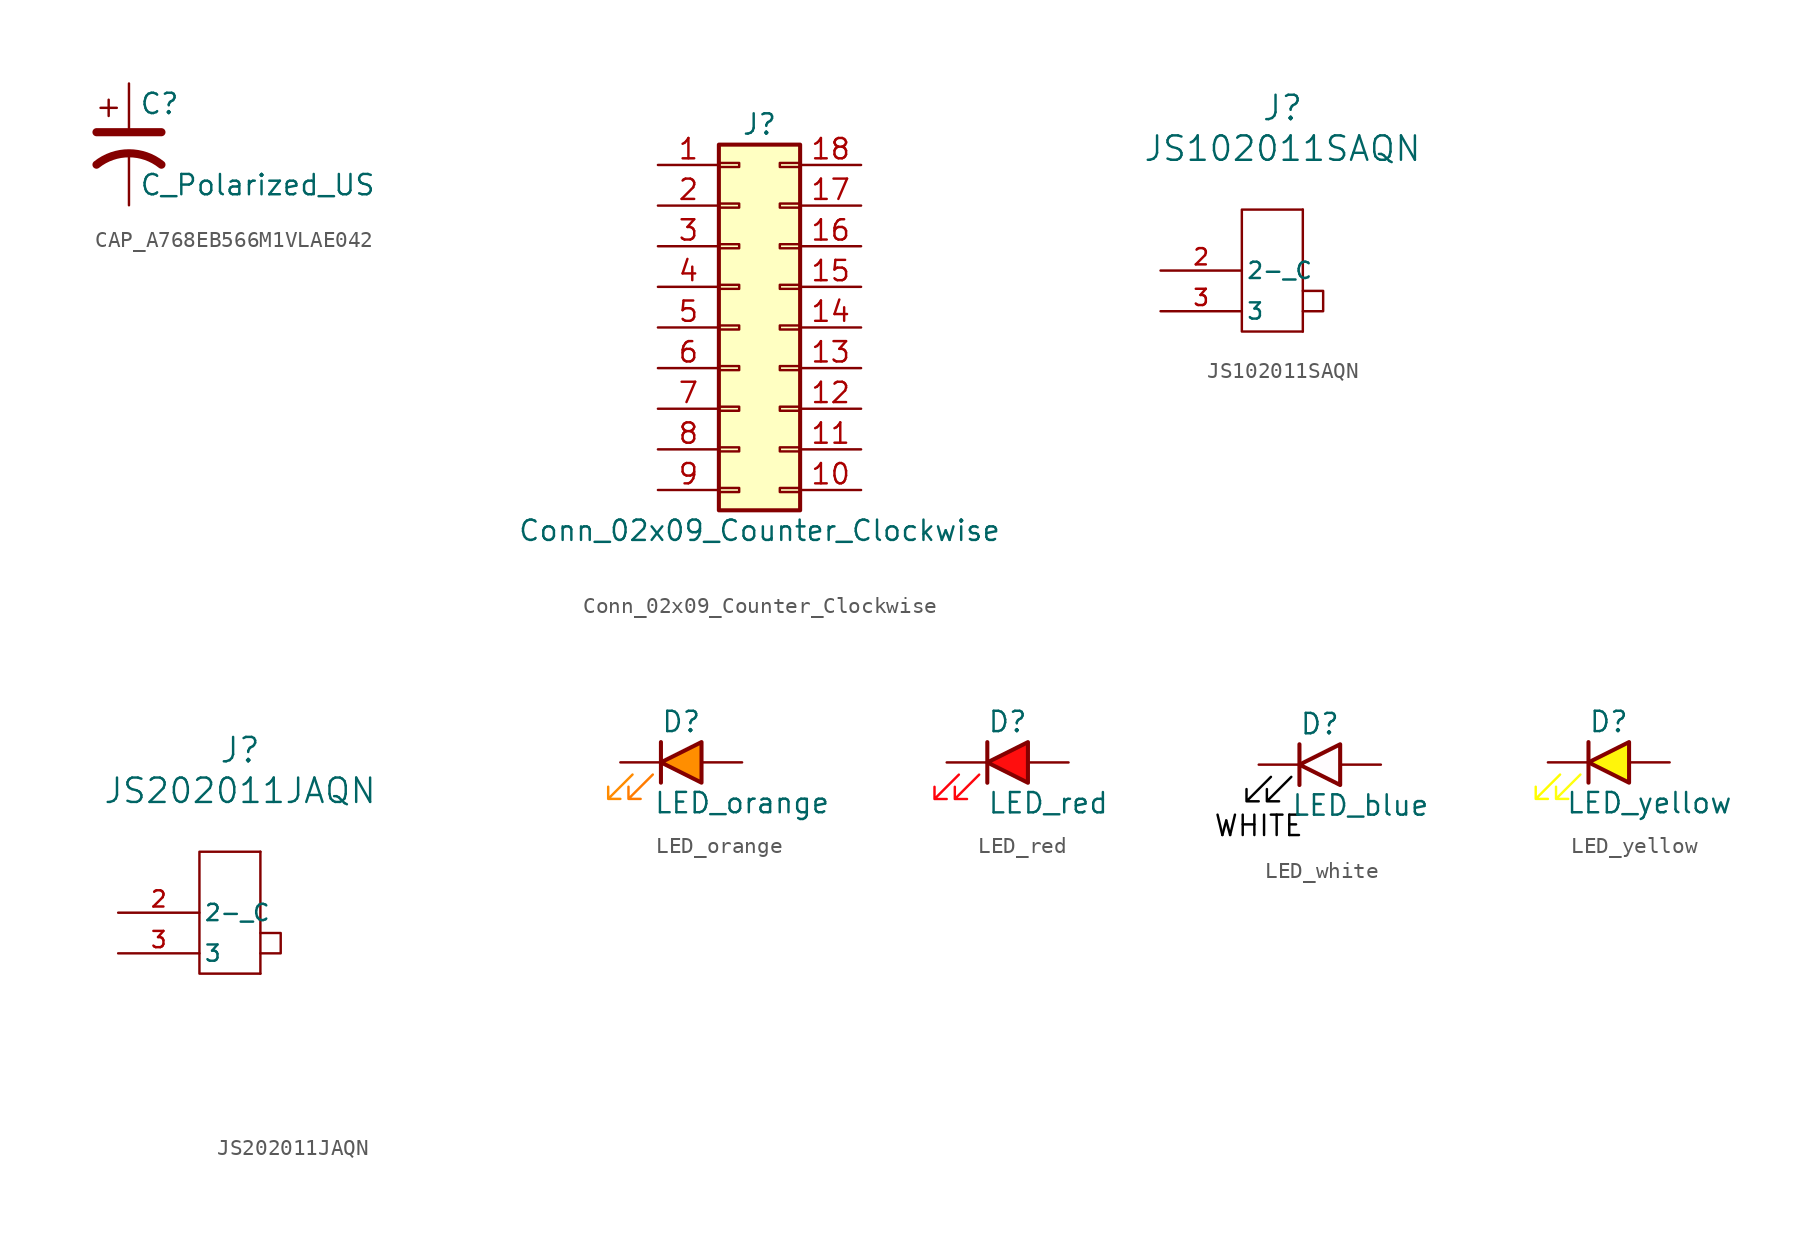
<source format=kicad_sym>
(kicad_symbol_lib
  (version 20231120)
  (generator "kicad_symbol_editor")
  (generator_version "8.0")
  (symbol "CAP_A768EB566M1VLAE042"
    (pin_numbers hide)
    (pin_names
      (offset 0.254) hide)
    (property "Reference" "C"
      (at 0.635 2.54 0)
      (effects (font (size 1.27 1.27)) (justify left)))
    (property "Value" "C_Polarized_US"
      (at 0.635 -2.54 0)
      (effects (font (size 1.27 1.27)) (justify left)))
    (symbol "CAP_A768EB566M1VLAE042_0_1"
      (polyline (pts (xy -2.032 0.762) (xy 2.032 0.762)) (stroke (width 0.508) (type default)) (fill (type none)))
      (polyline (pts (xy -1.778 2.286) (xy -0.762 2.286)) (stroke (width 0) (type default)) (fill (type none)))
      (polyline (pts (xy -1.27 1.778) (xy -1.27 2.794)) (stroke (width 0) (type default)) (fill (type none)))
      (arc (start 2.032 -1.27) (mid 0 -0.5572) (end -2.032 -1.27) (stroke (width 0.508) (type default)) (fill (type none))))
    (symbol "CAP_A768EB566M1VLAE042_1_1"
      (pin passive line (at 0 3.81 270) (length 2.794) (name "~" (effects (font (size 1.27 1.27)))) (number "1" (effects (font (size 1.27 1.27)))))
      (pin passive line (at 0 -3.81 90) (length 3.302) (name "~" (effects (font (size 1.27 1.27)))) (number "2" (effects (font (size 1.27 1.27)))))))
  (symbol "Conn_02x09_Counter_Clockwise"
    (pin_names
      (offset 1.016) hide)
    (property "Reference" "J"
      (at 1.27 12.7 0)
      (effects (font (size 1.27 1.27))))
    (property "Value" "Conn_02x09_Counter_Clockwise"
      (at 1.27 -12.7 0)
      (effects (font (size 1.27 1.27))))
    (symbol "Conn_02x09_Counter_Clockwise_1_1"
      (rectangle (start -1.27 -10.033) (end 0 -10.287) (stroke (width 0.152) (type default)) (fill (type none)))
      (rectangle (start -1.27 -7.493) (end 0 -7.747) (stroke (width 0.152) (type default)) (fill (type none)))
      (rectangle (start -1.27 -4.953) (end 0 -5.207) (stroke (width 0.152) (type default)) (fill (type none)))
      (rectangle (start -1.27 -2.413) (end 0 -2.667) (stroke (width 0.152) (type default)) (fill (type none)))
      (rectangle (start -1.27 0.127) (end 0 -0.127) (stroke (width 0.152) (type default)) (fill (type none)))
      (rectangle (start -1.27 2.667) (end 0 2.413) (stroke (width 0.152) (type default)) (fill (type none)))
      (rectangle (start -1.27 5.207) (end 0 4.953) (stroke (width 0.152) (type default)) (fill (type none)))
      (rectangle (start -1.27 7.747) (end 0 7.493) (stroke (width 0.152) (type default)) (fill (type none)))
      (rectangle (start -1.27 10.287) (end 0 10.033) (stroke (width 0.152) (type default)) (fill (type none)))
      (rectangle (start -1.27 11.43) (end 3.81 -11.43) (stroke (width 0.254) (type default)) (fill (type background)))
      (rectangle (start 3.81 -10.033) (end 2.54 -10.287) (stroke (width 0.152) (type default)) (fill (type none)))
      (rectangle (start 3.81 -7.493) (end 2.54 -7.747) (stroke (width 0.152) (type default)) (fill (type none)))
      (rectangle (start 3.81 -4.953) (end 2.54 -5.207) (stroke (width 0.152) (type default)) (fill (type none)))
      (rectangle (start 3.81 -2.413) (end 2.54 -2.667) (stroke (width 0.152) (type default)) (fill (type none)))
      (rectangle (start 3.81 0.127) (end 2.54 -0.127) (stroke (width 0.152) (type default)) (fill (type none)))
      (rectangle (start 3.81 2.667) (end 2.54 2.413) (stroke (width 0.152) (type default)) (fill (type none)))
      (rectangle (start 3.81 5.207) (end 2.54 4.953) (stroke (width 0.152) (type default)) (fill (type none)))
      (rectangle (start 3.81 7.747) (end 2.54 7.493) (stroke (width 0.152) (type default)) (fill (type none)))
      (rectangle (start 3.81 10.287) (end 2.54 10.033) (stroke (width 0.152) (type default)) (fill (type none)))
      (pin passive line (at -5.08 10.16 0) (length 3.81) (name "Pin_1" (effects (font (size 1.27 1.27)))) (number "1" (effects (font (size 1.27 1.27)))))
      (pin passive line (at 7.62 -10.16 180) (length 3.81) (name "Pin_10" (effects (font (size 1.27 1.27)))) (number "10" (effects (font (size 1.27 1.27)))))
      (pin passive line (at 7.62 -7.62 180) (length 3.81) (name "Pin_11" (effects (font (size 1.27 1.27)))) (number "11" (effects (font (size 1.27 1.27)))))
      (pin passive line (at 7.62 -5.08 180) (length 3.81) (name "Pin_12" (effects (font (size 1.27 1.27)))) (number "12" (effects (font (size 1.27 1.27)))))
      (pin passive line (at 7.62 -2.54 180) (length 3.81) (name "Pin_13" (effects (font (size 1.27 1.27)))) (number "13" (effects (font (size 1.27 1.27)))))
      (pin passive line (at 7.62 0 180) (length 3.81) (name "Pin_14" (effects (font (size 1.27 1.27)))) (number "14" (effects (font (size 1.27 1.27)))))
      (pin passive line (at 7.62 2.54 180) (length 3.81) (name "Pin_15" (effects (font (size 1.27 1.27)))) (number "15" (effects (font (size 1.27 1.27)))))
      (pin passive line (at 7.62 5.08 180) (length 3.81) (name "Pin_16" (effects (font (size 1.27 1.27)))) (number "16" (effects (font (size 1.27 1.27)))))
      (pin passive line (at 7.62 7.62 180) (length 3.81) (name "Pin_17" (effects (font (size 1.27 1.27)))) (number "17" (effects (font (size 1.27 1.27)))))
      (pin passive line (at 7.62 10.16 180) (length 3.81) (name "Pin_18" (effects (font (size 1.27 1.27)))) (number "18" (effects (font (size 1.27 1.27)))))
      (pin passive line (at -5.08 7.62 0) (length 3.81) (name "Pin_2" (effects (font (size 1.27 1.27)))) (number "2" (effects (font (size 1.27 1.27)))))
      (pin passive line (at -5.08 5.08 0) (length 3.81) (name "Pin_3" (effects (font (size 1.27 1.27)))) (number "3" (effects (font (size 1.27 1.27)))))
      (pin passive line (at -5.08 2.54 0) (length 3.81) (name "Pin_4" (effects (font (size 1.27 1.27)))) (number "4" (effects (font (size 1.27 1.27)))))
      (pin passive line (at -5.08 0 0) (length 3.81) (name "Pin_5" (effects (font (size 1.27 1.27)))) (number "5" (effects (font (size 1.27 1.27)))))
      (pin passive line (at -5.08 -2.54 0) (length 3.81) (name "Pin_6" (effects (font (size 1.27 1.27)))) (number "6" (effects (font (size 1.27 1.27)))))
      (pin passive line (at -5.08 -5.08 0) (length 3.81) (name "Pin_7" (effects (font (size 1.27 1.27)))) (number "7" (effects (font (size 1.27 1.27)))))
      (pin passive line (at -5.08 -7.62 0) (length 3.81) (name "Pin_8" (effects (font (size 1.27 1.27)))) (number "8" (effects (font (size 1.27 1.27)))))
      (pin passive line (at -5.08 -10.16 0) (length 3.81) (name "Pin_9" (effects (font (size 1.27 1.27)))) (number "9" (effects (font (size 1.27 1.27)))))))
  (symbol "JS102011SAQN"
    (pin_names
      (offset 0.254))
    (property "Reference" "J"
      (at 1.27 8.89 0)
      (effects (font (size 1.524 1.524))))
    (property "Value" "JS102011SAQN"
      (at 1.27 6.35 0)
      (effects (font (size 1.524 1.524))))
    (symbol "JS102011SAQN_0_0"
      (pin bidirectional line (at -6.35 -1.27 0) (length 5.08) (name "2-_C" (effects (font (size 1.016 1.016)))) (number "2" (effects (font (size 1.016 1.016)))))
      (pin bidirectional line (at -6.35 -3.81 0) (length 5.08) (name "3" (effects (font (size 1.016 1.016)))) (number "3" (effects (font (size 1.016 1.016))))))
    (symbol "JS102011SAQN_0_1"
      (polyline (pts (xy 2.54 -2.54) (xy 3.81 -2.54) (xy 3.81 -3.81) (xy 2.54 -3.81)) (stroke (width 0) (type default)) (fill (type none))))
    (symbol "JS102011SAQN_1_0"
      (pin no_connect line (at 1.27 -3.81 90) (length 5.08) hide (name "1" (effects (font (size 1.016 1.016)))) (number "1" (effects (font (size 1.016 1.016))))))
    (symbol "JS102011SAQN_1_1"
      (polyline (pts (xy 2.54 2.54) (xy 2.54 -5.08)) (stroke (width 0) (type default)) (fill (type none)))
      (polyline (pts (xy 2.54 -5.08) (xy -1.27 -5.08) (xy -1.27 2.54) (xy 2.54 2.54)) (stroke (width 0) (type default)) (fill (type none)))))
  (symbol "JS202011JAQN"
    (pin_names
      (offset 0.254))
    (property "Reference" "J"
      (at 1.27 8.89 0)
      (effects (font (size 1.524 1.524))))
    (property "Value" "JS202011JAQN"
      (at 1.27 6.35 0)
      (effects (font (size 1.524 1.524))))
    (symbol "JS202011JAQN_0_0"
      (pin bidirectional line (at -6.35 -1.27 0) (length 5.08) (name "2-_C" (effects (font (size 1.016 1.016)))) (number "2" (effects (font (size 1.016 1.016)))))
      (pin bidirectional line (at -6.35 -3.81 0) (length 5.08) (name "3" (effects (font (size 1.016 1.016)))) (number "3" (effects (font (size 1.016 1.016))))))
    (symbol "JS202011JAQN_0_1"
      (polyline (pts (xy 2.54 -2.54) (xy 3.81 -2.54) (xy 3.81 -3.81) (xy 2.54 -3.81)) (stroke (width 0) (type default)) (fill (type none))))
    (symbol "JS202011JAQN_1_0"
      (pin no_connect line (at 11.43 2.54 0) (length 5.08) hide (name "1" (effects (font (size 1.016 1.016)))) (number "1" (effects (font (size 1.016 1.016)))))
      (pin no_connect line (at -1.27 -7.62 180) (length 5.08) hide (name "5" (effects (font (size 1.016 1.016)))) (number "4" (effects (font (size 1.016 1.016)))))
      (pin no_connect line (at -1.27 -10.16 180) (length 5.08) hide (name "6_-_C" (effects (font (size 1.016 1.016)))) (number "5" (effects (font (size 1.016 1.016)))))
      (pin no_connect line (at -1.27 -12.7 180) (length 5.08) hide (name "7" (effects (font (size 1.016 1.016)))) (number "6" (effects (font (size 1.016 1.016))))))
    (symbol "JS202011JAQN_1_1"
      (polyline (pts (xy 2.54 2.54) (xy 2.54 -5.08)) (stroke (width 0) (type default)) (fill (type none)))
      (polyline (pts (xy 2.54 -5.08) (xy -1.27 -5.08) (xy -1.27 2.54) (xy 2.54 2.54)) (stroke (width 0) (type default)) (fill (type none)))))
  (symbol "LED_orange"
    (pin_numbers hide)
    (pin_names
      (offset 1.016) hide)
    (property "Reference" "D"
      (at 0 2.54 0)
      (effects (font (size 1.27 1.27))))
    (property "Value" "LED_orange"
      (at 3.81 -2.54 0)
      (effects (font (size 1.27 1.27))))
    (symbol "LED_orange_0_1"
      (polyline (pts (xy -1.27 -1.27) (xy -1.27 1.27)) (stroke (width 0.254) (type default)) (fill (type none))))
    (symbol "LED_orange_1_1"
      (polyline (pts (xy 1.27 -1.27) (xy 1.27 1.27) (xy -1.27 0) (xy 1.27 -1.27)) (stroke (width 0.254) (type default)) (fill (type color) (color 255 142 0 1)))
      (polyline (pts (xy -3.048 -0.762) (xy -4.572 -2.286) (xy -3.81 -2.286) (xy -4.572 -2.286) (xy -4.572 -1.524)) (stroke (width 0) (type default) (color 255 139 0 1)) (fill (type none)))
      (polyline (pts (xy -1.778 -0.762) (xy -3.302 -2.286) (xy -2.54 -2.286) (xy -3.302 -2.286) (xy -3.302 -1.524)) (stroke (width 0) (type default) (color 255 123 0 1)) (fill (type none)))
      (pin passive line (at -3.81 0 0) (length 2.54) (name "K" (effects (font (size 1.27 1.27)))) (number "1" (effects (font (size 1.27 1.27)))))
      (pin passive line (at 3.81 0 180) (length 2.54) (name "A" (effects (font (size 1.27 1.27)))) (number "2" (effects (font (size 1.27 1.27)))))))
  (symbol "LED_red"
    (pin_numbers hide)
    (pin_names
      (offset 1.016) hide)
    (property "Reference" "D"
      (at 0 2.54 0)
      (effects (font (size 1.27 1.27))))
    (property "Value" "LED_red"
      (at 2.54 -2.54 0)
      (effects (font (size 1.27 1.27))))
    (symbol "LED_red_0_1"
      (polyline (pts (xy -1.27 -1.27) (xy -1.27 1.27)) (stroke (width 0.254) (type default)) (fill (type none)))
      (rectangle (start 1.27 1.27) (end 1.27 -1.27) (stroke (width 0) (type default)) (fill (type none))))
    (symbol "LED_red_1_1"
      (polyline (pts (xy 1.27 -1.27) (xy 1.27 1.27) (xy -1.27 0) (xy 1.27 -1.27)) (stroke (width 0.254) (type default)) (fill (type color) (color 255 14 14 1)))
      (polyline (pts (xy -3.048 -0.762) (xy -4.572 -2.286) (xy -3.81 -2.286) (xy -4.572 -2.286) (xy -4.572 -1.524)) (stroke (width 0) (type default) (color 255 2 11 1)) (fill (type none)))
      (polyline (pts (xy -1.778 -0.762) (xy -3.302 -2.286) (xy -2.54 -2.286) (xy -3.302 -2.286) (xy -3.302 -1.524)) (stroke (width 0) (type default) (color 255 6 13 1)) (fill (type none)))
      (pin passive line (at -3.81 0 0) (length 2.54) (name "K" (effects (font (size 1.27 1.27)))) (number "1" (effects (font (size 1.27 1.27)))))
      (pin passive line (at 3.81 0 180) (length 2.54) (name "A" (effects (font (size 1.27 1.27)))) (number "2" (effects (font (size 1.27 1.27)))))))
  (symbol "LED_white"
    (pin_numbers hide)
    (pin_names
      (offset 1.016) hide)
    (property "Reference" "D"
      (at 0 2.54 0)
      (effects (font (size 1.27 1.27))))
    (property "Value" "LED_blue"
      (at 2.54 -2.54 0)
      (effects (font (size 1.27 1.27))))
    (symbol "LED_white_0_1"
      (polyline (pts (xy -1.27 -1.27) (xy -1.27 1.27)) (stroke (width 0.254) (type default)) (fill (type none))))
    (symbol "LED_white_1_1"
      (polyline (pts (xy 1.27 -1.27) (xy 1.27 1.27) (xy -1.27 0) (xy 1.27 -1.27)) (stroke (width 0.254) (type default)) (fill (type color) (color 255 252 254 1)))
      (polyline (pts (xy -3.048 -0.762) (xy -4.572 -2.286) (xy -3.81 -2.286) (xy -4.572 -2.286) (xy -4.572 -1.524)) (stroke (width 0) (type default) (color 0 0 0 1)) (fill (type none)))
      (polyline (pts (xy -1.778 -0.762) (xy -3.302 -2.286) (xy -2.54 -2.286) (xy -3.302 -2.286) (xy -3.302 -1.524)) (stroke (width 0) (type default) (color 0 0 0 1)) (fill (type none)))
      (text "WHITE" (at -3.81 -3.81 0) (effects (font (size 1.27 1.27) (color 0 0 0 1))))
      (pin passive line (at -3.81 0 0) (length 2.54) (name "K" (effects (font (size 1.27 1.27)))) (number "1" (effects (font (size 1.27 1.27)))))
      (pin passive line (at 3.81 0 180) (length 2.54) (name "A" (effects (font (size 1.27 1.27)))) (number "2" (effects (font (size 1.27 1.27)))))))
  (symbol "LED_yellow"
    (pin_numbers hide)
    (pin_names
      (offset 1.016) hide)
    (property "Reference" "D"
      (at 0 2.54 0)
      (effects (font (size 1.27 1.27))))
    (property "Value" "LED_yellow"
      (at 2.54 -2.54 0)
      (effects (font (size 1.27 1.27))))
    (symbol "LED_yellow_0_1"
      (polyline (pts (xy -1.27 -1.27) (xy -1.27 1.27)) (stroke (width 0.254) (type default)) (fill (type none))))
    (symbol "LED_yellow_1_1"
      (polyline (pts (xy 1.27 -1.27) (xy 1.27 1.27) (xy -1.27 0) (xy 1.27 -1.27)) (stroke (width 0.254) (type default)) (fill (type color) (color 255 245 10 1)))
      (polyline (pts (xy -3.048 -0.762) (xy -4.572 -2.286) (xy -3.81 -2.286) (xy -4.572 -2.286) (xy -4.572 -1.524)) (stroke (width 0) (type default) (color 255 253 0 1)) (fill (type none)))
      (polyline (pts (xy -1.778 -0.762) (xy -3.302 -2.286) (xy -2.54 -2.286) (xy -3.302 -2.286) (xy -3.302 -1.524)) (stroke (width 0) (type default) (color 254 255 14 1)) (fill (type none)))
      (pin passive line (at -3.81 0 0) (length 2.54) (name "K" (effects (font (size 1.27 1.27)))) (number "1" (effects (font (size 1.27 1.27)))))
      (pin passive line (at 3.81 0 180) (length 2.54) (name "A" (effects (font (size 1.27 1.27)))) (number "2" (effects (font (size 1.27 1.27))))))))
</source>
